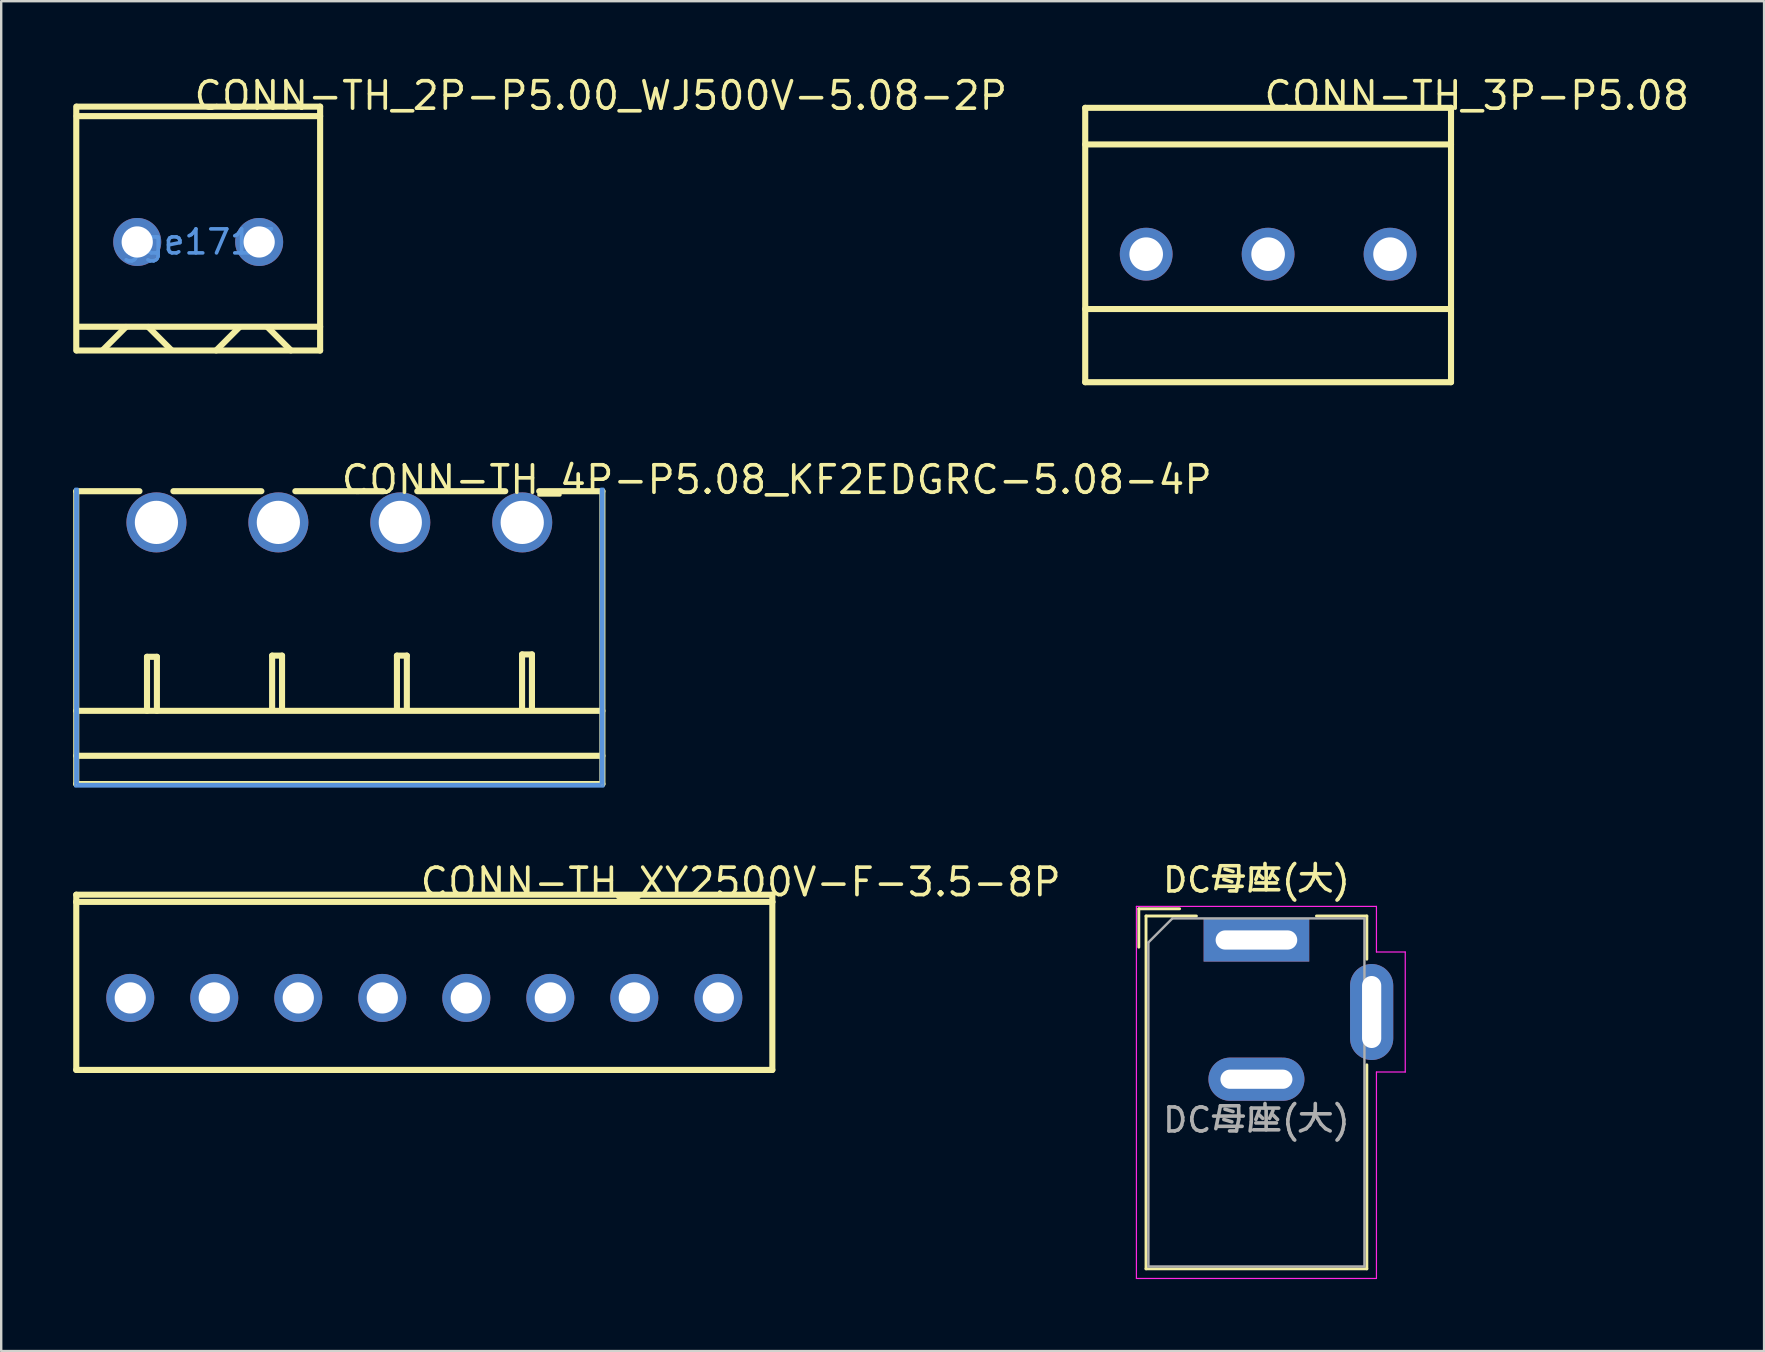
<source format=kicad_pcb>
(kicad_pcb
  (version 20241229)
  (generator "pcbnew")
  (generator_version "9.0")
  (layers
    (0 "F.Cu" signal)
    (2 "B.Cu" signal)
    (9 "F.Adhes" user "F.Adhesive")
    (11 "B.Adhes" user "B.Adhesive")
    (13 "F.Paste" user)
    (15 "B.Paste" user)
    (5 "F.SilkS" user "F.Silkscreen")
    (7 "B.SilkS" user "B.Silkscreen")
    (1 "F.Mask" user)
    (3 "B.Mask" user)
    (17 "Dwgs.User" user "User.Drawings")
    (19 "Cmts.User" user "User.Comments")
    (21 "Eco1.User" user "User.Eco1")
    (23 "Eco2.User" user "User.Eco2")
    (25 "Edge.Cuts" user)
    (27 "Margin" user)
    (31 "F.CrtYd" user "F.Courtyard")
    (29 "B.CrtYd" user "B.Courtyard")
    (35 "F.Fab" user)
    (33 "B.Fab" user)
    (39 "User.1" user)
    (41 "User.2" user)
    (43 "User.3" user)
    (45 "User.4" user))
  (footprint "CONN-TH_XY2500V-F-3.5-8P"
    (layer "F.Cu")
    (at 14.627 38.525)
    (property "Reference" "CONN-TH_XY2500V-F-3.5-8P" (at -0.254 -4.826 0) (layer "F.SilkS") (effects (font (size 1.143 1.143) (thickness 0.152)) (justify left)))
    (attr through_hole)
    (fp_line (start -14.5 -4.3) (end 14.5 -4.3) (stroke (width 0.254) (type solid)) (layer "F.SilkS"))
    (fp_line (start -14.5 -4) (end -14.5 -4.3) (stroke (width 0.254) (type solid)) (layer "F.SilkS"))
    (fp_line (start -14.5 -4) (end -14.5 3) (stroke (width 0.254) (type solid)) (layer "F.SilkS"))
    (fp_line (start -14.5 -4) (end 14.5 -4) (stroke (width 0.254) (type solid)) (layer "F.SilkS"))
    (fp_line (start -14.5 3) (end 14.5 3) (stroke (width 0.254) (type solid)) (layer "F.SilkS"))
    (fp_line (start 14.5 -4) (end 14.5 -4.3) (stroke (width 0.254) (type solid)) (layer "F.SilkS"))
    (fp_line (start 14.5 -4) (end 14.5 3) (stroke (width 0.254) (type solid)) (layer "F.SilkS"))
    (pad "1" thru_hole circle (at -12.25 0) (size 2 2) (drill 1.3) (layers "*.Cu" "*.Paste" "*.Mask"))
    (pad "2" thru_hole circle (at -8.75 0) (size 2 2) (drill 1.3) (layers "*.Cu" "*.Paste" "*.Mask"))
    (pad "3" thru_hole circle (at -5.25 0) (size 2 2) (drill 1.3) (layers "*.Cu" "*.Paste" "*.Mask"))
    (pad "4" thru_hole circle (at -1.75 0) (size 2 2) (drill 1.3) (layers "*.Cu" "*.Paste" "*.Mask"))
    (pad "5" thru_hole circle (at 1.75 0) (size 2 2) (drill 1.3) (layers "*.Cu" "*.Paste" "*.Mask"))
    (pad "6" thru_hole circle (at 5.25 0) (size 2 2) (drill 1.3) (layers "*.Cu" "*.Paste" "*.Mask"))
    (pad "7" thru_hole circle (at 8.75 0) (size 2 2) (drill 1.3) (layers "*.Cu" "*.Paste" "*.Mask"))
    (pad "8" thru_hole circle (at 12.25 0) (size 2 2) (drill 1.3) (layers "*.Cu" "*.Paste" "*.Mask")))
  (footprint "CONN-TH_4P-P5.08_KF2EDGRC-5.08-4P"
    (layer "F.Cu")
    (at 11.087 18.714)
    (property "Reference" "CONN-TH_4P-P5.08_KF2EDGRC-5.08-4P" (at 0 -1.778 0) (layer "F.SilkS") (effects (font (size 1.143 1.143) (thickness 0.152)) (justify left)))
    (attr through_hole)
    (fp_line (start -10.96 -1.3) (end -10.96 10.9) (stroke (width 0.254) (type solid)) (layer "F.SilkS"))
    (fp_line (start -10.96 -1.3) (end -8.327 -1.3) (stroke (width 0.254) (type solid)) (layer "F.SilkS"))
    (fp_line (start -10.96 7.851) (end 10.96 7.851) (stroke (width 0.254) (type solid)) (layer "F.SilkS"))
    (fp_line (start -10.96 9.724) (end 10.96 9.724) (stroke (width 0.254) (type solid)) (layer "F.SilkS"))
    (fp_line (start -8.013 5.6) (end -7.6 5.6) (stroke (width 0.254) (type solid)) (layer "F.SilkS"))
    (fp_line (start -8.013 7.85) (end -8.013 5.6) (stroke (width 0.254) (type solid)) (layer "F.SilkS"))
    (fp_line (start -7.6 5.6) (end -7.6 7.85) (stroke (width 0.254) (type solid)) (layer "F.SilkS"))
    (fp_line (start -6.913 -1.3) (end -3.247 -1.3) (stroke (width 0.254) (type solid)) (layer "F.SilkS"))
    (fp_line (start -2.8 5.551) (end -2.387 5.551) (stroke (width 0.254) (type solid)) (layer "F.SilkS"))
    (fp_line (start -2.8 7.8) (end -2.8 5.551) (stroke (width 0.254) (type solid)) (layer "F.SilkS"))
    (fp_line (start -2.387 5.551) (end -2.387 7.8) (stroke (width 0.254) (type solid)) (layer "F.SilkS"))
    (fp_line (start -1.833 -1.3) (end 1.833 -1.3) (stroke (width 0.254) (type solid)) (layer "F.SilkS"))
    (fp_line (start 2.4 5.551) (end 2.813 5.551) (stroke (width 0.254) (type solid)) (layer "F.SilkS"))
    (fp_line (start 2.4 7.8) (end 2.4 5.551) (stroke (width 0.254) (type solid)) (layer "F.SilkS"))
    (fp_line (start 2.813 5.551) (end 2.813 7.8) (stroke (width 0.254) (type solid)) (layer "F.SilkS"))
    (fp_line (start 3.247 -1.3) (end 6.913 -1.3) (stroke (width 0.254) (type solid)) (layer "F.SilkS"))
    (fp_line (start 7.613 5.501) (end 8.025 5.501) (stroke (width 0.254) (type solid)) (layer "F.SilkS"))
    (fp_line (start 7.613 7.751) (end 7.613 5.501) (stroke (width 0.254) (type solid)) (layer "F.SilkS"))
    (fp_line (start 8.025 5.501) (end 8.025 7.751) (stroke (width 0.254) (type solid)) (layer "F.SilkS"))
    (fp_line (start 8.327 -1.3) (end 10.96 -1.3) (stroke (width 0.254) (type solid)) (layer "F.SilkS"))
    (fp_line (start 10.96 -1.3) (end 10.96 10.9) (stroke (width 0.254) (type solid)) (layer "F.SilkS"))
    (fp_line (start 10.96 10.9) (end -10.96 10.9) (stroke (width 0.254) (type solid)) (layer "F.SilkS"))
    (fp_poly (pts (xy -10.9 -1.4) (xy -11 -1.4) (xy -11 11) (xy 11 11) (xy 11 -1.4) (xy 10.9 -1.4) (xy 10.9 10.9) (xy -10.9 10.9)) (stroke (width 0.1) (type solid)) (fill no) (layer "Cmts.User"))
    (pad "1" thru_hole circle (at -7.62 0) (size 2.5 2.5) (drill 1.8) (layers "*.Cu" "*.Paste" "*.Mask"))
    (pad "2" thru_hole circle (at -2.54 0) (size 2.5 2.5) (drill 1.8) (layers "*.Cu" "*.Paste" "*.Mask"))
    (pad "3" thru_hole circle (at 2.54 0) (size 2.5 2.5) (drill 1.8) (layers "*.Cu" "*.Paste" "*.Mask"))
    (pad "4" thru_hole circle (at 7.62 0) (size 2.5 2.5) (drill 1.8) (layers "*.Cu" "*.Paste" "*.Mask")))
  (footprint "CONN-TH_3P-P5.08"
    (layer "F.Cu")
    (at 49.782 7.539)
    (property "Reference" "CONN-TH_3P-P5.08" (at -0.254 -6.604 0) (layer "F.SilkS") (effects (font (size 1.143 1.143) (thickness 0.152)) (justify left)))
    (attr through_hole)
    (fp_line (start -7.62 -6.096) (end -7.62 5.334) (stroke (width 0.254) (type solid)) (layer "F.SilkS"))
    (fp_line (start -7.62 -6.096) (end 7.62 -6.096) (stroke (width 0.254) (type solid)) (layer "F.SilkS"))
    (fp_line (start -7.62 -4.572) (end 7.62 -4.572) (stroke (width 0.254) (type solid)) (layer "F.SilkS"))
    (fp_line (start -7.62 2.286) (end 7.62 2.286) (stroke (width 0.254) (type solid)) (layer "F.SilkS"))
    (fp_line (start -7.62 5.334) (end 7.62 5.334) (stroke (width 0.254) (type solid)) (layer "F.SilkS"))
    (fp_line (start 7.62 5.334) (end 7.62 -6.096) (stroke (width 0.254) (type solid)) (layer "F.SilkS"))
    (pad "1" thru_hole circle (at -5.08 0) (size 2.2 2.2) (drill 1.4) (layers "*.Cu" "*.Paste" "*.Mask"))
    (pad "2" thru_hole circle (at 0 0) (size 2.2 2.2) (drill 1.4) (layers "*.Cu" "*.Paste" "*.Mask"))
    (pad "3" thru_hole circle (at 5.08 0) (size 2.2 2.2) (drill 1.4) (layers "*.Cu" "*.Paste" "*.Mask")))
  (footprint "DC母座(大)"
    (layer "F.Cu")
    (at 49.295 36.112)
    (property "Reference" "DC母座(大)" (at 0 -2.5 0) (layer "F.SilkS") (effects (font (size 1 1) (thickness 0.15))))
    (attr through_hole)
    (fp_line (start -4.9 -1.3) (end -4.9 0.3) (stroke (width 0.12) (type solid)) (layer "F.SilkS"))
    (fp_line (start -4.6 -1) (end -2.5 -1) (stroke (width 0.12) (type solid)) (layer "F.SilkS"))
    (fp_line (start -4.6 13.7) (end -4.6 -1) (stroke (width 0.12) (type solid)) (layer "F.SilkS"))
    (fp_line (start -3.2 -1.3) (end -4.9 -1.3) (stroke (width 0.12) (type solid)) (layer "F.SilkS"))
    (fp_line (start 2.5 -1) (end 4.6 -1) (stroke (width 0.12) (type solid)) (layer "F.SilkS"))
    (fp_line (start 4.6 -1) (end 4.6 0.8) (stroke (width 0.12) (type solid)) (layer "F.SilkS"))
    (fp_line (start 4.6 5.2) (end 4.6 13.7) (stroke (width 0.12) (type solid)) (layer "F.SilkS"))
    (fp_line (start 4.6 13.7) (end -4.6 13.7) (stroke (width 0.12) (type solid)) (layer "F.SilkS"))
    (fp_line (start -5 -1.4) (end -5 14.1) (stroke (width 0.05) (type solid)) (layer "F.CrtYd"))
    (fp_line (start -5 14.1) (end 5 14.1) (stroke (width 0.05) (type solid)) (layer "F.CrtYd"))
    (fp_line (start 5 -1.4) (end -5 -1.4) (stroke (width 0.05) (type solid)) (layer "F.CrtYd"))
    (fp_line (start 5 0.5) (end 5 -1.4) (stroke (width 0.05) (type solid)) (layer "F.CrtYd"))
    (fp_line (start 5 14.1) (end 5 5.5) (stroke (width 0.05) (type solid)) (layer "F.CrtYd"))
    (fp_line (start 6.2 0.5) (end 5 0.5) (stroke (width 0.05) (type solid)) (layer "F.CrtYd"))
    (fp_line (start 6.2 0.5) (end 6.2 5.5) (stroke (width 0.05) (type solid)) (layer "F.CrtYd"))
    (fp_line (start 6.2 5.5) (end 5 5.5) (stroke (width 0.05) (type solid)) (layer "F.CrtYd"))
    (fp_line (start -4.5 0.1) (end -3.5 -0.9) (stroke (width 0.1) (type solid)) (layer "F.Fab"))
    (fp_line (start -4.5 13.6) (end -4.5 0.1) (stroke (width 0.1) (type solid)) (layer "F.Fab"))
    (fp_line (start 4.5 -0.9) (end -3.5 -0.9) (stroke (width 0.1) (type solid)) (layer "F.Fab"))
    (fp_line (start 4.5 -0.9) (end 4.5 13.6) (stroke (width 0.1) (type solid)) (layer "F.Fab"))
    (fp_line (start 4.5 13.6) (end -4.5 13.6) (stroke (width 0.1) (type solid)) (layer "F.Fab"))
    (fp_text user "${REFERENCE}" (at 0 7.5 0) (layer "F.Fab") (effects (font (size 1 1) (thickness 0.15))))
    (pad "1" thru_hole rect (at 0 0) (size 4.4 1.8) (drill oval 3.4 0.8) (layers "*.Cu" "*.Mask"))
    (pad "2" thru_hole oval (at 0 5.8) (size 4 1.8) (drill oval 3 0.8) (layers "*.Cu" "*.Mask"))
    (pad "3" thru_hole oval (at 4.8 3 90) (size 4 1.8) (drill oval 3 0.8) (layers "*.Cu" "*.Mask")))
  (footprint "CONN-TH_2P-P5.00_WJ500V-5.08-2P"
    (layer "F.Cu")
    (at 5.207 7.031)
    (property "Reference" "CONN-TH_2P-P5.00_WJ500V-5.08-2P" (at -0.254 -6.096 0) (layer "F.SilkS") (effects (font (size 1.143 1.143) (thickness 0.152)) (justify left)))
    (attr through_hole)
    (fp_line (start -5.08 4.52) (end -5.08 -5.64) (stroke (width 0.254) (type solid)) (layer "F.SilkS"))
    (fp_line (start -3.01 3.54) (end -3.97 4.5) (stroke (width 0.254) (type solid)) (layer "F.SilkS"))
    (fp_line (start -2.08 3.54) (end -1.12 4.5) (stroke (width 0.254) (type solid)) (layer "F.SilkS"))
    (fp_line (start 1.71 3.558) (end 0.75 4.518) (stroke (width 0.254) (type solid)) (layer "F.SilkS"))
    (fp_line (start 2.9 3.558) (end 3.86 4.518) (stroke (width 0.254) (type solid)) (layer "F.SilkS"))
    (fp_line (start 5.08 -5.638) (end -5.054 -5.638) (stroke (width 0.254) (type solid)) (layer "F.SilkS"))
    (fp_line (start 5.08 -5.243) (end -5.065 -5.243) (stroke (width 0.254) (type solid)) (layer "F.SilkS"))
    (fp_line (start 5.08 3.531) (end -5.036 3.531) (stroke (width 0.254) (type solid)) (layer "F.SilkS"))
    (fp_line (start 5.08 4.522) (end -5.054 4.522) (stroke (width 0.254) (type solid)) (layer "F.SilkS"))
    (fp_line (start 5.08 4.522) (end 5.08 -5.638) (stroke (width 0.254) (type solid)) (layer "F.SilkS"))
    (fp_text user "gge1713" (at 0 0 0) (layer "Cmts.User") (effects (font (size 1 1) (thickness 0.15))))
    (pad "1" thru_hole circle (at -2.54 0 180) (size 2 2) (drill 1.3) (layers "*.Cu" "*.Paste" "*.Mask"))
    (pad "2" thru_hole circle (at 2.54 0 180) (size 2 2) (drill 1.3) (layers "*.Cu" "*.Paste" "*.Mask")))
  (gr_rect
    (start -3 -3)
    (end 70.445 53.237)
    (stroke (width 0.1) (type default))
    (fill no)
    (layer "Edge.Cuts")))
</source>
